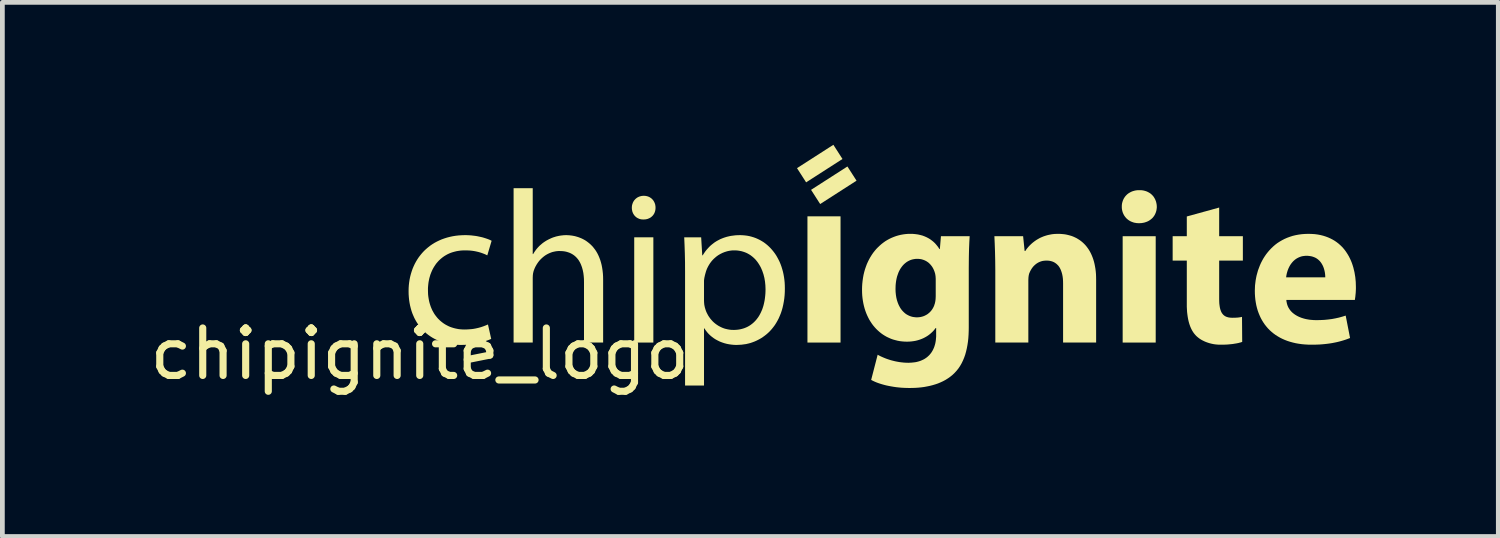
<source format=kicad_pcb>
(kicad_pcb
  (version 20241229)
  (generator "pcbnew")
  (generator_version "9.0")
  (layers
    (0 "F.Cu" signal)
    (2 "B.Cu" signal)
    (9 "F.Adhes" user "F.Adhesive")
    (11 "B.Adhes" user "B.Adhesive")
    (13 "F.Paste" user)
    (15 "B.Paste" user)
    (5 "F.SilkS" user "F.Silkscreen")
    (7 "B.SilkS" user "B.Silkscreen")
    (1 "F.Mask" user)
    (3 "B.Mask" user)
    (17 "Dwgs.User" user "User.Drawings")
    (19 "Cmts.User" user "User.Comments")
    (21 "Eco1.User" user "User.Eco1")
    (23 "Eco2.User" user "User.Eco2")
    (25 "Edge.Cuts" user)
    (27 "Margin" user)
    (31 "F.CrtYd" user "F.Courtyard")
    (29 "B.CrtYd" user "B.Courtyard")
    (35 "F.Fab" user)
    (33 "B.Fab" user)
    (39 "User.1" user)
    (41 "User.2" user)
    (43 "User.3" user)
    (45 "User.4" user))
  (footprint "chipignite_logo"
    (layer "F.Cu")
    (at 5.792 4.904)
    (property "Reference" "chipignite_logo" (at 0 -0.5 0) (unlocked yes) (layer "F.SilkS") (effects (font (size 1 1) (thickness 0.15))))
    (attr board_only exclude_from_pos_files exclude_from_bom allow_missing_courtyard)
    (fp_poly (pts (xy 4.921 -0.738) (xy 4.518 -0.738) (xy 4.518 -2.955) (xy 4.921 -2.955)) (stroke (width -0.000001) (type solid)) (fill yes) (layer "F.SilkS"))
    (fp_poly (pts (xy 8.864 -0.738) (xy 8.167 -0.738) (xy 8.167 -3.397) (xy 8.864 -3.397)) (stroke (width -0.000001) (type solid)) (fill yes) (layer "F.SilkS"))
    (fp_poly (pts (xy 8.905 -4.605) (xy 8.139 -4.113) (xy 7.947 -4.412) (xy 8.713 -4.904)) (stroke (width -0.000001) (type solid)) (fill yes) (layer "F.SilkS"))
    (fp_poly (pts (xy 9.201 -4.148) (xy 8.435 -3.656) (xy 8.243 -3.955) (xy 9.009 -4.447)) (stroke (width -0.000001) (type solid)) (fill yes) (layer "F.SilkS"))
    (fp_poly (pts (xy 15.503 -0.738) (xy 14.807 -0.738) (xy 14.807 -2.978) (xy 15.503 -2.978)) (stroke (width -0.000001) (type solid)) (fill yes) (layer "F.SilkS"))
    (fp_poly (pts (xy 16.84 -2.978) (xy 17.339 -2.978) (xy 17.339 -2.465) (xy 16.84 -2.465) (xy 16.84 -1.654) (xy 16.841 -1.605) (xy 16.843 -1.56) (xy 16.848 -1.518) (xy 16.854 -1.479) (xy 16.862 -1.443) (xy 16.873 -1.411) (xy 16.879 -1.396) (xy 16.885 -1.382) (xy 16.892 -1.369) (xy 16.9 -1.356) (xy 16.909 -1.344) (xy 16.918 -1.333) (xy 16.927 -1.323) (xy 16.937 -1.314) (xy 16.948 -1.305) (xy 16.96 -1.297) (xy 16.972 -1.29) (xy 16.985 -1.284) (xy 16.999 -1.278) (xy 17.013 -1.274) (xy 17.028 -1.27) (xy 17.044 -1.266) (xy 17.061 -1.264) (xy 17.078 -1.262) (xy 17.115 -1.26) (xy 17.149 -1.261) (xy 17.179 -1.261) (xy 17.205 -1.263) (xy 17.23 -1.264) (xy 17.253 -1.267) (xy 17.275 -1.27) (xy 17.298 -1.274) (xy 17.321 -1.279) (xy 17.325 -0.752) (xy 17.308 -0.746) (xy 17.289 -0.74) (xy 17.268 -0.735) (xy 17.246 -0.729) (xy 17.222 -0.724) (xy 17.196 -0.719) (xy 17.169 -0.715) (xy 17.141 -0.71) (xy 17.111 -0.706) (xy 17.08 -0.703) (xy 17.049 -0.7) (xy 17.016 -0.697) (xy 16.982 -0.695) (xy 16.948 -0.694) (xy 16.913 -0.693) (xy 16.877 -0.693) (xy 16.835 -0.693) (xy 16.794 -0.696) (xy 16.755 -0.7) (xy 16.716 -0.706) (xy 16.678 -0.714) (xy 16.642 -0.723) (xy 16.606 -0.734) (xy 16.572 -0.746) (xy 16.539 -0.759) (xy 16.508 -0.774) (xy 16.478 -0.789) (xy 16.449 -0.806) (xy 16.422 -0.824) (xy 16.396 -0.844) (xy 16.372 -0.864) (xy 16.35 -0.885) (xy 16.327 -0.911) (xy 16.305 -0.938) (xy 16.285 -0.968) (xy 16.266 -1) (xy 16.249 -1.034) (xy 16.233 -1.07) (xy 16.219 -1.108) (xy 16.206 -1.148) (xy 16.195 -1.19) (xy 16.185 -1.235) (xy 16.177 -1.282) (xy 16.17 -1.331) (xy 16.164 -1.382) (xy 16.161 -1.435) (xy 16.158 -1.491) (xy 16.158 -1.549) (xy 16.158 -2.465) (xy 15.86 -2.465) (xy 15.86 -2.978) (xy 16.158 -2.978) (xy 16.158 -3.394) (xy 16.84 -3.582)) (stroke (width -0.000001) (type solid)) (fill yes) (layer "F.SilkS"))
    (fp_poly (pts (xy 4.733 -3.829) (xy 4.746 -3.828) (xy 4.759 -3.827) (xy 4.772 -3.824) (xy 4.785 -3.822) (xy 4.797 -3.818) (xy 4.809 -3.815) (xy 4.82 -3.81) (xy 4.831 -3.805) (xy 4.842 -3.8) (xy 4.852 -3.794) (xy 4.862 -3.787) (xy 4.872 -3.78) (xy 4.881 -3.773) (xy 4.89 -3.765) (xy 4.898 -3.757) (xy 4.906 -3.748) (xy 4.914 -3.739) (xy 4.921 -3.73) (xy 4.927 -3.72) (xy 4.933 -3.71) (xy 4.939 -3.699) (xy 4.944 -3.688) (xy 4.949 -3.677) (xy 4.953 -3.665) (xy 4.957 -3.654) (xy 4.96 -3.642) (xy 4.962 -3.629) (xy 4.964 -3.617) (xy 4.966 -3.604) (xy 4.966 -3.591) (xy 4.967 -3.578) (xy 4.966 -3.565) (xy 4.966 -3.552) (xy 4.964 -3.54) (xy 4.962 -3.528) (xy 4.96 -3.516) (xy 4.957 -3.504) (xy 4.953 -3.492) (xy 4.949 -3.481) (xy 4.945 -3.47) (xy 4.94 -3.459) (xy 4.934 -3.449) (xy 4.928 -3.439) (xy 4.921 -3.429) (xy 4.914 -3.42) (xy 4.907 -3.411) (xy 4.899 -3.403) (xy 4.89 -3.394) (xy 4.881 -3.387) (xy 4.872 -3.379) (xy 4.862 -3.372) (xy 4.852 -3.366) (xy 4.841 -3.36) (xy 4.83 -3.355) (xy 4.818 -3.35) (xy 4.806 -3.345) (xy 4.794 -3.341) (xy 4.781 -3.338) (xy 4.767 -3.335) (xy 4.754 -3.333) (xy 4.74 -3.332) (xy 4.725 -3.331) (xy 4.71 -3.33) (xy 4.697 -3.331) (xy 4.683 -3.332) (xy 4.67 -3.333) (xy 4.658 -3.335) (xy 4.645 -3.338) (xy 4.633 -3.341) (xy 4.622 -3.345) (xy 4.611 -3.35) (xy 4.6 -3.355) (xy 4.589 -3.36) (xy 4.579 -3.366) (xy 4.569 -3.372) (xy 4.56 -3.379) (xy 4.551 -3.387) (xy 4.542 -3.394) (xy 4.534 -3.402) (xy 4.526 -3.411) (xy 4.519 -3.42) (xy 4.512 -3.429) (xy 4.506 -3.439) (xy 4.5 -3.449) (xy 4.494 -3.459) (xy 4.489 -3.47) (xy 4.485 -3.481) (xy 4.481 -3.492) (xy 4.477 -3.504) (xy 4.475 -3.516) (xy 4.472 -3.528) (xy 4.47 -3.54) (xy 4.469 -3.552) (xy 4.468 -3.565) (xy 4.468 -3.578) (xy 4.468 -3.591) (xy 4.469 -3.603) (xy 4.47 -3.616) (xy 4.472 -3.628) (xy 4.475 -3.64) (xy 4.478 -3.652) (xy 4.482 -3.664) (xy 4.486 -3.675) (xy 4.49 -3.686) (xy 4.496 -3.697) (xy 4.501 -3.707) (xy 4.507 -3.718) (xy 4.514 -3.728) (xy 4.521 -3.737) (xy 4.529 -3.746) (xy 4.537 -3.755) (xy 4.545 -3.763) (xy 4.554 -3.771) (xy 4.564 -3.779) (xy 4.573 -3.786) (xy 4.584 -3.793) (xy 4.594 -3.799) (xy 4.605 -3.804) (xy 4.616 -3.809) (xy 4.628 -3.814) (xy 4.64 -3.818) (xy 4.653 -3.821) (xy 4.665 -3.824) (xy 4.678 -3.827) (xy 4.692 -3.828) (xy 4.706 -3.829) (xy 4.72 -3.829)) (stroke (width -0.000001) (type solid)) (fill yes) (layer "F.SilkS"))
    (fp_poly (pts (xy 15.18 -3.948) (xy 15.201 -3.947) (xy 15.22 -3.945) (xy 15.24 -3.942) (xy 15.258 -3.938) (xy 15.276 -3.933) (xy 15.294 -3.928) (xy 15.311 -3.922) (xy 15.327 -3.915) (xy 15.343 -3.907) (xy 15.358 -3.899) (xy 15.373 -3.89) (xy 15.387 -3.881) (xy 15.4 -3.871) (xy 15.413 -3.86) (xy 15.425 -3.848) (xy 15.437 -3.836) (xy 15.448 -3.824) (xy 15.458 -3.811) (xy 15.467 -3.797) (xy 15.476 -3.783) (xy 15.484 -3.768) (xy 15.492 -3.753) (xy 15.498 -3.738) (xy 15.504 -3.722) (xy 15.51 -3.706) (xy 15.514 -3.689) (xy 15.518 -3.672) (xy 15.521 -3.655) (xy 15.524 -3.637) (xy 15.525 -3.619) (xy 15.526 -3.6) (xy 15.526 -3.583) (xy 15.524 -3.565) (xy 15.522 -3.547) (xy 15.519 -3.53) (xy 15.516 -3.513) (xy 15.511 -3.497) (xy 15.506 -3.481) (xy 15.5 -3.465) (xy 15.493 -3.45) (xy 15.486 -3.435) (xy 15.478 -3.42) (xy 15.469 -3.406) (xy 15.459 -3.392) (xy 15.449 -3.379) (xy 15.438 -3.366) (xy 15.426 -3.354) (xy 15.413 -3.343) (xy 15.4 -3.332) (xy 15.386 -3.322) (xy 15.372 -3.312) (xy 15.357 -3.303) (xy 15.341 -3.294) (xy 15.325 -3.287) (xy 15.308 -3.28) (xy 15.29 -3.274) (xy 15.272 -3.268) (xy 15.253 -3.263) (xy 15.234 -3.26) (xy 15.214 -3.256) (xy 15.193 -3.254) (xy 15.172 -3.253) (xy 15.15 -3.252) (xy 15.13 -3.253) (xy 15.11 -3.254) (xy 15.091 -3.256) (xy 15.072 -3.26) (xy 15.053 -3.263) (xy 15.035 -3.268) (xy 15.018 -3.274) (xy 15.001 -3.28) (xy 14.985 -3.287) (xy 14.969 -3.294) (xy 14.954 -3.303) (xy 14.939 -3.312) (xy 14.925 -3.322) (xy 14.912 -3.332) (xy 14.899 -3.343) (xy 14.887 -3.354) (xy 14.876 -3.366) (xy 14.865 -3.379) (xy 14.855 -3.392) (xy 14.845 -3.406) (xy 14.836 -3.42) (xy 14.828 -3.435) (xy 14.821 -3.45) (xy 14.814 -3.465) (xy 14.808 -3.481) (xy 14.803 -3.497) (xy 14.799 -3.513) (xy 14.795 -3.53) (xy 14.792 -3.547) (xy 14.79 -3.565) (xy 14.789 -3.583) (xy 14.789 -3.6) (xy 14.789 -3.619) (xy 14.79 -3.637) (xy 14.792 -3.655) (xy 14.795 -3.672) (xy 14.799 -3.689) (xy 14.804 -3.706) (xy 14.809 -3.722) (xy 14.815 -3.738) (xy 14.822 -3.753) (xy 14.829 -3.768) (xy 14.838 -3.783) (xy 14.847 -3.797) (xy 14.857 -3.811) (xy 14.867 -3.824) (xy 14.878 -3.836) (xy 14.89 -3.848) (xy 14.902 -3.86) (xy 14.916 -3.871) (xy 14.929 -3.881) (xy 14.944 -3.89) (xy 14.959 -3.899) (xy 14.974 -3.907) (xy 14.99 -3.915) (xy 15.007 -3.922) (xy 15.024 -3.928) (xy 15.042 -3.933) (xy 15.06 -3.938) (xy 15.079 -3.942) (xy 15.099 -3.945) (xy 15.118 -3.947) (xy 15.139 -3.948) (xy 15.16 -3.948)) (stroke (width -0.000001) (type solid)) (fill yes) (layer "F.SilkS"))
    (fp_poly (pts (xy 2.38 -2.602) (xy 2.389 -2.602) (xy 2.401 -2.623) (xy 2.415 -2.645) (xy 2.429 -2.665) (xy 2.444 -2.686) (xy 2.459 -2.706) (xy 2.476 -2.726) (xy 2.493 -2.745) (xy 2.511 -2.764) (xy 2.529 -2.782) (xy 2.549 -2.799) (xy 2.569 -2.816) (xy 2.589 -2.833) (xy 2.61 -2.848) (xy 2.632 -2.863) (xy 2.654 -2.877) (xy 2.677 -2.891) (xy 2.7 -2.903) (xy 2.723 -2.915) (xy 2.747 -2.926) (xy 2.771 -2.937) (xy 2.795 -2.947) (xy 2.82 -2.956) (xy 2.846 -2.964) (xy 2.871 -2.972) (xy 2.898 -2.978) (xy 2.924 -2.984) (xy 2.951 -2.989) (xy 2.978 -2.993) (xy 3.006 -2.996) (xy 3.033 -2.999) (xy 3.061 -3) (xy 3.089 -3.001) (xy 3.147 -2.998) (xy 3.208 -2.991) (xy 3.271 -2.979) (xy 3.336 -2.96) (xy 3.368 -2.948) (xy 3.401 -2.935) (xy 3.433 -2.92) (xy 3.465 -2.903) (xy 3.497 -2.884) (xy 3.528 -2.862) (xy 3.558 -2.839) (xy 3.588 -2.814) (xy 3.617 -2.786) (xy 3.645 -2.757) (xy 3.671 -2.724) (xy 3.697 -2.69) (xy 3.721 -2.653) (xy 3.744 -2.613) (xy 3.765 -2.57) (xy 3.784 -2.525) (xy 3.802 -2.477) (xy 3.817 -2.427) (xy 3.831 -2.373) (xy 3.842 -2.316) (xy 3.851 -2.256) (xy 3.858 -2.193) (xy 3.862 -2.127) (xy 3.863 -2.057) (xy 3.863 -0.738) (xy 3.46 -0.738) (xy 3.46 -2.011) (xy 3.459 -2.078) (xy 3.454 -2.142) (xy 3.446 -2.205) (xy 3.434 -2.264) (xy 3.418 -2.322) (xy 3.398 -2.376) (xy 3.387 -2.401) (xy 3.375 -2.426) (xy 3.361 -2.45) (xy 3.347 -2.473) (xy 3.331 -2.495) (xy 3.314 -2.515) (xy 3.296 -2.535) (xy 3.277 -2.553) (xy 3.257 -2.57) (xy 3.235 -2.586) (xy 3.212 -2.601) (xy 3.188 -2.614) (xy 3.163 -2.626) (xy 3.136 -2.636) (xy 3.108 -2.645) (xy 3.079 -2.653) (xy 3.048 -2.659) (xy 3.016 -2.663) (xy 2.982 -2.665) (xy 2.948 -2.666) (xy 2.923 -2.666) (xy 2.899 -2.664) (xy 2.876 -2.662) (xy 2.853 -2.658) (xy 2.83 -2.653) (xy 2.807 -2.648) (xy 2.785 -2.642) (xy 2.764 -2.634) (xy 2.743 -2.626) (xy 2.722 -2.617) (xy 2.682 -2.597) (xy 2.644 -2.574) (xy 2.609 -2.548) (xy 2.575 -2.519) (xy 2.544 -2.489) (xy 2.514 -2.456) (xy 2.488 -2.421) (xy 2.464 -2.385) (xy 2.442 -2.347) (xy 2.423 -2.308) (xy 2.407 -2.268) (xy 2.403 -2.257) (xy 2.399 -2.246) (xy 2.396 -2.234) (xy 2.393 -2.223) (xy 2.391 -2.212) (xy 2.388 -2.2) (xy 2.386 -2.189) (xy 2.385 -2.177) (xy 2.383 -2.165) (xy 2.382 -2.153) (xy 2.381 -2.128) (xy 2.38 -2.102) (xy 2.38 -2.076) (xy 2.38 -0.738) (xy 1.977 -0.738) (xy 1.977 -3.99) (xy 2.38 -3.99)) (stroke (width -0.000001) (type solid)) (fill yes) (layer "F.SilkS"))
    (fp_poly (pts (xy 13.49 -3.027) (xy 13.532 -3.024) (xy 13.573 -3.02) (xy 13.613 -3.014) (xy 13.652 -3.005) (xy 13.691 -2.995) (xy 13.729 -2.984) (xy 13.766 -2.97) (xy 13.801 -2.954) (xy 13.836 -2.937) (xy 13.869 -2.917) (xy 13.902 -2.896) (xy 13.933 -2.873) (xy 13.963 -2.848) (xy 13.992 -2.821) (xy 14.02 -2.792) (xy 14.046 -2.761) (xy 14.07 -2.729) (xy 14.094 -2.694) (xy 14.116 -2.657) (xy 14.136 -2.619) (xy 14.155 -2.578) (xy 14.172 -2.536) (xy 14.188 -2.491) (xy 14.202 -2.444) (xy 14.214 -2.396) (xy 14.224 -2.345) (xy 14.233 -2.293) (xy 14.24 -2.238) (xy 14.245 -2.181) (xy 14.247 -2.123) (xy 14.248 -2.062) (xy 14.248 -0.738) (xy 13.552 -0.738) (xy 13.552 -1.979) (xy 13.551 -2.032) (xy 13.548 -2.083) (xy 13.542 -2.131) (xy 13.533 -2.177) (xy 13.521 -2.22) (xy 13.507 -2.26) (xy 13.499 -2.279) (xy 13.49 -2.297) (xy 13.481 -2.314) (xy 13.471 -2.33) (xy 13.46 -2.346) (xy 13.448 -2.361) (xy 13.435 -2.374) (xy 13.422 -2.387) (xy 13.408 -2.399) (xy 13.393 -2.41) (xy 13.378 -2.42) (xy 13.361 -2.43) (xy 13.344 -2.438) (xy 13.326 -2.445) (xy 13.307 -2.451) (xy 13.287 -2.456) (xy 13.267 -2.46) (xy 13.245 -2.463) (xy 13.223 -2.464) (xy 13.2 -2.465) (xy 13.182 -2.464) (xy 13.165 -2.463) (xy 13.148 -2.461) (xy 13.131 -2.459) (xy 13.115 -2.456) (xy 13.1 -2.452) (xy 13.085 -2.447) (xy 13.07 -2.442) (xy 13.056 -2.436) (xy 13.042 -2.43) (xy 13.029 -2.423) (xy 13.016 -2.416) (xy 12.991 -2.4) (xy 12.968 -2.382) (xy 12.947 -2.363) (xy 12.927 -2.343) (xy 12.909 -2.321) (xy 12.893 -2.299) (xy 12.878 -2.275) (xy 12.865 -2.252) (xy 12.853 -2.228) (xy 12.843 -2.204) (xy 12.839 -2.195) (xy 12.836 -2.186) (xy 12.834 -2.176) (xy 12.831 -2.166) (xy 12.829 -2.156) (xy 12.827 -2.145) (xy 12.826 -2.135) (xy 12.824 -2.124) (xy 12.822 -2.101) (xy 12.821 -2.078) (xy 12.82 -2.054) (xy 12.82 -2.03) (xy 12.82 -0.738) (xy 12.124 -0.738) (xy 12.124 -2.263) (xy 12.122 -2.464) (xy 12.118 -2.65) (xy 12.112 -2.82) (xy 12.105 -2.978) (xy 12.71 -2.978) (xy 12.742 -2.666) (xy 12.756 -2.666) (xy 12.774 -2.695) (xy 12.796 -2.724) (xy 12.821 -2.754) (xy 12.85 -2.785) (xy 12.881 -2.815) (xy 12.916 -2.845) (xy 12.954 -2.874) (xy 12.974 -2.888) (xy 12.995 -2.902) (xy 13.017 -2.915) (xy 13.04 -2.928) (xy 13.063 -2.941) (xy 13.087 -2.952) (xy 13.113 -2.963) (xy 13.139 -2.974) (xy 13.166 -2.983) (xy 13.194 -2.992) (xy 13.222 -3) (xy 13.252 -3.007) (xy 13.282 -3.013) (xy 13.313 -3.019) (xy 13.345 -3.023) (xy 13.378 -3.026) (xy 13.412 -3.027) (xy 13.447 -3.028)) (stroke (width -0.000001) (type solid)) (fill yes) (layer "F.SilkS"))
    (fp_poly (pts (xy 1 -3) (xy 1.044 -2.998) (xy 1.086 -2.995) (xy 1.128 -2.99) (xy 1.169 -2.985) (xy 1.208 -2.979) (xy 1.246 -2.971) (xy 1.283 -2.963) (xy 1.318 -2.955) (xy 1.352 -2.945) (xy 1.384 -2.935) (xy 1.414 -2.925) (xy 1.442 -2.915) (xy 1.469 -2.904) (xy 1.493 -2.893) (xy 1.514 -2.882) (xy 1.423 -2.575) (xy 1.404 -2.584) (xy 1.384 -2.594) (xy 1.363 -2.603) (xy 1.34 -2.612) (xy 1.316 -2.621) (xy 1.291 -2.63) (xy 1.264 -2.638) (xy 1.236 -2.646) (xy 1.206 -2.653) (xy 1.175 -2.66) (xy 1.142 -2.666) (xy 1.108 -2.671) (xy 1.072 -2.675) (xy 1.035 -2.678) (xy 0.996 -2.679) (xy 0.956 -2.68) (xy 0.909 -2.679) (xy 0.863 -2.676) (xy 0.819 -2.67) (xy 0.776 -2.663) (xy 0.735 -2.653) (xy 0.695 -2.642) (xy 0.656 -2.629) (xy 0.619 -2.614) (xy 0.583 -2.597) (xy 0.549 -2.578) (xy 0.516 -2.558) (xy 0.485 -2.536) (xy 0.455 -2.512) (xy 0.426 -2.487) (xy 0.399 -2.461) (xy 0.374 -2.433) (xy 0.349 -2.404) (xy 0.327 -2.373) (xy 0.306 -2.341) (xy 0.286 -2.308) (xy 0.268 -2.274) (xy 0.252 -2.239) (xy 0.237 -2.203) (xy 0.223 -2.166) (xy 0.212 -2.128) (xy 0.201 -2.089) (xy 0.193 -2.05) (xy 0.185 -2.009) (xy 0.18 -1.968) (xy 0.176 -1.927) (xy 0.173 -1.885) (xy 0.173 -1.842) (xy 0.174 -1.794) (xy 0.176 -1.748) (xy 0.181 -1.703) (xy 0.188 -1.659) (xy 0.196 -1.616) (xy 0.206 -1.575) (xy 0.218 -1.535) (xy 0.231 -1.496) (xy 0.246 -1.459) (xy 0.262 -1.422) (xy 0.281 -1.388) (xy 0.3 -1.354) (xy 0.321 -1.322) (xy 0.344 -1.292) (xy 0.367 -1.263) (xy 0.392 -1.235) (xy 0.419 -1.209) (xy 0.446 -1.185) (xy 0.475 -1.162) (xy 0.505 -1.14) (xy 0.536 -1.12) (xy 0.569 -1.102) (xy 0.602 -1.085) (xy 0.636 -1.07) (xy 0.672 -1.057) (xy 0.708 -1.046) (xy 0.745 -1.036) (xy 0.783 -1.028) (xy 0.821 -1.021) (xy 0.861 -1.017) (xy 0.901 -1.014) (xy 0.942 -1.013) (xy 0.984 -1.014) (xy 1.024 -1.016) (xy 1.063 -1.019) (xy 1.1 -1.022) (xy 1.135 -1.027) (xy 1.169 -1.033) (xy 1.201 -1.04) (xy 1.232 -1.047) (xy 1.262 -1.055) (xy 1.29 -1.063) (xy 1.343 -1.081) (xy 1.392 -1.1) (xy 1.437 -1.119) (xy 1.505 -0.816) (xy 1.484 -0.806) (xy 1.46 -0.796) (xy 1.433 -0.786) (xy 1.403 -0.775) (xy 1.371 -0.764) (xy 1.336 -0.753) (xy 1.299 -0.743) (xy 1.259 -0.733) (xy 1.217 -0.724) (xy 1.173 -0.715) (xy 1.127 -0.708) (xy 1.079 -0.701) (xy 1.029 -0.695) (xy 0.977 -0.691) (xy 0.924 -0.689) (xy 0.869 -0.688) (xy 0.807 -0.689) (xy 0.746 -0.693) (xy 0.687 -0.7) (xy 0.629 -0.709) (xy 0.573 -0.72) (xy 0.519 -0.734) (xy 0.466 -0.751) (xy 0.414 -0.769) (xy 0.364 -0.79) (xy 0.316 -0.814) (xy 0.27 -0.839) (xy 0.226 -0.867) (xy 0.183 -0.897) (xy 0.142 -0.929) (xy 0.103 -0.963) (xy 0.066 -0.999) (xy 0.031 -1.037) (xy -0.002 -1.077) (xy -0.033 -1.119) (xy -0.062 -1.163) (xy -0.089 -1.209) (xy -0.114 -1.256) (xy -0.136 -1.306) (xy -0.157 -1.356) (xy -0.175 -1.409) (xy -0.19 -1.463) (xy -0.204 -1.519) (xy -0.215 -1.576) (xy -0.224 -1.635) (xy -0.23 -1.695) (xy -0.234 -1.756) (xy -0.235 -1.819) (xy -0.234 -1.883) (xy -0.23 -1.945) (xy -0.223 -2.006) (xy -0.214 -2.066) (xy -0.202 -2.124) (xy -0.187 -2.182) (xy -0.17 -2.237) (xy -0.151 -2.292) (xy -0.129 -2.344) (xy -0.105 -2.395) (xy -0.078 -2.445) (xy -0.049 -2.493) (xy -0.018 -2.539) (xy 0.016 -2.583) (xy 0.051 -2.625) (xy 0.089 -2.666) (xy 0.129 -2.704) (xy 0.171 -2.74) (xy 0.215 -2.775) (xy 0.261 -2.807) (xy 0.309 -2.837) (xy 0.359 -2.864) (xy 0.411 -2.889) (xy 0.464 -2.912) (xy 0.52 -2.932) (xy 0.577 -2.95) (xy 0.636 -2.965) (xy 0.697 -2.978) (xy 0.759 -2.988) (xy 0.823 -2.995) (xy 0.889 -2.999) (xy 0.956 -3.001)) (stroke (width -0.000001) (type solid)) (fill yes) (layer "F.SilkS"))
    (fp_poly (pts (xy 18.789 -3.026) (xy 18.853 -3.022) (xy 18.914 -3.014) (xy 18.973 -3.003) (xy 19.029 -2.989) (xy 19.083 -2.972) (xy 19.134 -2.953) (xy 19.183 -2.931) (xy 19.23 -2.907) (xy 19.274 -2.881) (xy 19.316 -2.852) (xy 19.356 -2.821) (xy 19.393 -2.788) (xy 19.429 -2.753) (xy 19.462 -2.716) (xy 19.493 -2.677) (xy 19.521 -2.637) (xy 19.548 -2.595) (xy 19.573 -2.552) (xy 19.595 -2.508) (xy 19.616 -2.462) (xy 19.635 -2.415) (xy 19.651 -2.368) (xy 19.666 -2.319) (xy 19.69 -2.22) (xy 19.707 -2.118) (xy 19.717 -2.015) (xy 19.72 -1.911) (xy 19.72 -1.867) (xy 19.718 -1.825) (xy 19.716 -1.785) (xy 19.712 -1.747) (xy 19.709 -1.713) (xy 19.705 -1.683) (xy 19.701 -1.657) (xy 19.698 -1.636) (xy 18.255 -1.636) (xy 18.257 -1.609) (xy 18.262 -1.584) (xy 18.267 -1.559) (xy 18.274 -1.535) (xy 18.282 -1.512) (xy 18.292 -1.489) (xy 18.303 -1.468) (xy 18.316 -1.448) (xy 18.329 -1.428) (xy 18.344 -1.409) (xy 18.36 -1.391) (xy 18.377 -1.374) (xy 18.395 -1.358) (xy 18.415 -1.343) (xy 18.435 -1.328) (xy 18.456 -1.315) (xy 18.478 -1.302) (xy 18.501 -1.29) (xy 18.524 -1.279) (xy 18.549 -1.269) (xy 18.574 -1.259) (xy 18.6 -1.251) (xy 18.626 -1.243) (xy 18.654 -1.236) (xy 18.681 -1.23) (xy 18.709 -1.225) (xy 18.738 -1.22) (xy 18.767 -1.217) (xy 18.826 -1.212) (xy 18.887 -1.21) (xy 18.974 -1.212) (xy 19.058 -1.216) (xy 19.138 -1.224) (xy 19.215 -1.234) (xy 19.29 -1.248) (xy 19.363 -1.264) (xy 19.435 -1.284) (xy 19.505 -1.306) (xy 19.597 -0.834) (xy 19.553 -0.817) (xy 19.509 -0.801) (xy 19.463 -0.786) (xy 19.416 -0.772) (xy 19.368 -0.759) (xy 19.319 -0.747) (xy 19.27 -0.737) (xy 19.219 -0.727) (xy 19.168 -0.719) (xy 19.115 -0.712) (xy 19.062 -0.706) (xy 19.008 -0.701) (xy 18.954 -0.697) (xy 18.898 -0.695) (xy 18.843 -0.693) (xy 18.786 -0.693) (xy 18.716 -0.694) (xy 18.647 -0.698) (xy 18.581 -0.704) (xy 18.517 -0.713) (xy 18.454 -0.724) (xy 18.394 -0.738) (xy 18.335 -0.754) (xy 18.279 -0.772) (xy 18.224 -0.793) (xy 18.172 -0.816) (xy 18.122 -0.841) (xy 18.074 -0.869) (xy 18.028 -0.898) (xy 17.984 -0.93) (xy 17.943 -0.964) (xy 17.903 -1) (xy 17.866 -1.038) (xy 17.832 -1.078) (xy 17.799 -1.12) (xy 17.769 -1.164) (xy 17.741 -1.21) (xy 17.715 -1.258) (xy 17.692 -1.308) (xy 17.671 -1.359) (xy 17.652 -1.412) (xy 17.636 -1.467) (xy 17.622 -1.524) (xy 17.611 -1.583) (xy 17.602 -1.643) (xy 17.596 -1.704) (xy 17.592 -1.768) (xy 17.591 -1.833) (xy 17.595 -1.94) (xy 17.608 -2.047) (xy 17.62 -2.112) (xy 18.25 -2.112) (xy 19.075 -2.112) (xy 19.074 -2.145) (xy 19.071 -2.18) (xy 19.066 -2.217) (xy 19.058 -2.255) (xy 19.048 -2.292) (xy 19.035 -2.33) (xy 19.018 -2.367) (xy 19.008 -2.385) (xy 18.998 -2.402) (xy 18.987 -2.419) (xy 18.974 -2.436) (xy 18.961 -2.452) (xy 18.946 -2.467) (xy 18.931 -2.481) (xy 18.914 -2.495) (xy 18.897 -2.507) (xy 18.878 -2.519) (xy 18.858 -2.529) (xy 18.836 -2.538) (xy 18.814 -2.546) (xy 18.79 -2.553) (xy 18.765 -2.558) (xy 18.738 -2.562) (xy 18.71 -2.565) (xy 18.681 -2.566) (xy 18.654 -2.565) (xy 18.628 -2.562) (xy 18.603 -2.559) (xy 18.579 -2.554) (xy 18.556 -2.547) (xy 18.534 -2.539) (xy 18.513 -2.53) (xy 18.493 -2.52) (xy 18.473 -2.509) (xy 18.455 -2.497) (xy 18.437 -2.484) (xy 18.421 -2.47) (xy 18.405 -2.456) (xy 18.39 -2.44) (xy 18.376 -2.424) (xy 18.363 -2.408) (xy 18.35 -2.39) (xy 18.338 -2.373) (xy 18.328 -2.355) (xy 18.317 -2.336) (xy 18.299 -2.298) (xy 18.284 -2.26) (xy 18.272 -2.222) (xy 18.262 -2.184) (xy 18.255 -2.147) (xy 18.25 -2.112) (xy 17.62 -2.112) (xy 17.629 -2.154) (xy 17.658 -2.259) (xy 17.697 -2.362) (xy 17.719 -2.412) (xy 17.744 -2.461) (xy 17.77 -2.508) (xy 17.8 -2.555) (xy 17.831 -2.6) (xy 17.865 -2.643) (xy 17.901 -2.685) (xy 17.939 -2.725) (xy 17.979 -2.763) (xy 18.022 -2.8) (xy 18.067 -2.834) (xy 18.115 -2.865) (xy 18.165 -2.894) (xy 18.217 -2.921) (xy 18.272 -2.945) (xy 18.329 -2.966) (xy 18.388 -2.985) (xy 18.45 -3) (xy 18.514 -3.012) (xy 18.581 -3.021) (xy 18.65 -3.026) (xy 18.722 -3.028)) (stroke (width -0.000001) (type solid)) (fill yes) (layer "F.SilkS"))
    (fp_poly (pts (xy 6.798 -2.999) (xy 6.848 -2.995) (xy 6.896 -2.989) (xy 6.944 -2.98) (xy 6.99 -2.968) (xy 7.036 -2.954) (xy 7.08 -2.938) (xy 7.123 -2.919) (xy 7.166 -2.898) (xy 7.206 -2.875) (xy 7.246 -2.85) (xy 7.284 -2.822) (xy 7.321 -2.792) (xy 7.356 -2.76) (xy 7.39 -2.726) (xy 7.422 -2.69) (xy 7.453 -2.652) (xy 7.482 -2.613) (xy 7.51 -2.571) (xy 7.535 -2.527) (xy 7.559 -2.482) (xy 7.582 -2.435) (xy 7.602 -2.386) (xy 7.62 -2.336) (xy 7.636 -2.284) (xy 7.651 -2.23) (xy 7.663 -2.175) (xy 7.673 -2.119) (xy 7.681 -2.061) (xy 7.687 -2.001) (xy 7.69 -1.941) (xy 7.691 -1.879) (xy 7.69 -1.805) (xy 7.686 -1.734) (xy 7.679 -1.665) (xy 7.669 -1.599) (xy 7.657 -1.535) (xy 7.643 -1.473) (xy 7.626 -1.413) (xy 7.607 -1.356) (xy 7.585 -1.302) (xy 7.562 -1.249) (xy 7.536 -1.199) (xy 7.509 -1.152) (xy 7.48 -1.106) (xy 7.448 -1.063) (xy 7.416 -1.023) (xy 7.381 -0.984) (xy 7.345 -0.948) (xy 7.308 -0.915) (xy 7.269 -0.884) (xy 7.229 -0.855) (xy 7.188 -0.828) (xy 7.145 -0.804) (xy 7.102 -0.782) (xy 7.058 -0.762) (xy 7.013 -0.745) (xy 6.967 -0.729) (xy 6.92 -0.717) (xy 6.873 -0.706) (xy 6.777 -0.693) (xy 6.679 -0.688) (xy 6.625 -0.689) (xy 6.571 -0.694) (xy 6.519 -0.701) (xy 6.468 -0.711) (xy 6.418 -0.724) (xy 6.37 -0.74) (xy 6.323 -0.758) (xy 6.278 -0.78) (xy 6.235 -0.803) (xy 6.194 -0.829) (xy 6.155 -0.858) (xy 6.118 -0.889) (xy 6.084 -0.922) (xy 6.052 -0.958) (xy 6.023 -0.996) (xy 5.997 -1.036) (xy 5.988 -1.036) (xy 5.988 0.168) (xy 5.589 0.168) (xy 5.589 -2.025) (xy 5.988 -2.025) (xy 5.988 -1.64) (xy 5.988 -1.618) (xy 5.989 -1.597) (xy 5.99 -1.575) (xy 5.992 -1.555) (xy 5.994 -1.534) (xy 5.998 -1.514) (xy 6.002 -1.495) (xy 6.006 -1.476) (xy 6.014 -1.45) (xy 6.022 -1.424) (xy 6.031 -1.399) (xy 6.041 -1.375) (xy 6.053 -1.351) (xy 6.065 -1.328) (xy 6.077 -1.306) (xy 6.091 -1.284) (xy 6.106 -1.263) (xy 6.121 -1.242) (xy 6.137 -1.223) (xy 6.154 -1.204) (xy 6.171 -1.185) (xy 6.189 -1.168) (xy 6.208 -1.151) (xy 6.228 -1.135) (xy 6.248 -1.12) (xy 6.269 -1.106) (xy 6.29 -1.092) (xy 6.312 -1.08) (xy 6.335 -1.068) (xy 6.358 -1.057) (xy 6.381 -1.047) (xy 6.405 -1.038) (xy 6.429 -1.03) (xy 6.454 -1.024) (xy 6.479 -1.018) (xy 6.505 -1.013) (xy 6.531 -1.009) (xy 6.557 -1.006) (xy 6.584 -1.005) (xy 6.611 -1.004) (xy 6.65 -1.005) (xy 6.689 -1.008) (xy 6.726 -1.013) (xy 6.762 -1.02) (xy 6.797 -1.029) (xy 6.831 -1.039) (xy 6.864 -1.052) (xy 6.896 -1.066) (xy 6.926 -1.082) (xy 6.956 -1.1) (xy 6.984 -1.12) (xy 7.011 -1.141) (xy 7.037 -1.164) (xy 7.061 -1.188) (xy 7.085 -1.214) (xy 7.107 -1.242) (xy 7.128 -1.27) (xy 7.148 -1.301) (xy 7.166 -1.333) (xy 7.183 -1.366) (xy 7.199 -1.401) (xy 7.214 -1.436) (xy 7.227 -1.474) (xy 7.239 -1.512) (xy 7.249 -1.552) (xy 7.258 -1.593) (xy 7.266 -1.635) (xy 7.272 -1.678) (xy 7.277 -1.722) (xy 7.281 -1.767) (xy 7.283 -1.813) (xy 7.284 -1.86) (xy 7.281 -1.942) (xy 7.273 -2.022) (xy 7.26 -2.099) (xy 7.241 -2.174) (xy 7.217 -2.245) (xy 7.188 -2.313) (xy 7.171 -2.345) (xy 7.153 -2.376) (xy 7.134 -2.406) (xy 7.114 -2.435) (xy 7.092 -2.463) (xy 7.07 -2.489) (xy 7.046 -2.513) (xy 7.02 -2.537) (xy 6.994 -2.558) (xy 6.966 -2.579) (xy 6.937 -2.597) (xy 6.907 -2.614) (xy 6.876 -2.629) (xy 6.843 -2.642) (xy 6.81 -2.653) (xy 6.775 -2.663) (xy 6.739 -2.67) (xy 6.702 -2.676) (xy 6.664 -2.679) (xy 6.624 -2.68) (xy 6.599 -2.68) (xy 6.573 -2.678) (xy 6.548 -2.675) (xy 6.522 -2.671) (xy 6.497 -2.666) (xy 6.472 -2.66) (xy 6.424 -2.645) (xy 6.376 -2.626) (xy 6.33 -2.603) (xy 6.286 -2.577) (xy 6.244 -2.546) (xy 6.205 -2.512) (xy 6.186 -2.494) (xy 6.168 -2.475) (xy 6.15 -2.455) (xy 6.134 -2.434) (xy 6.118 -2.413) (xy 6.103 -2.39) (xy 6.089 -2.367) (xy 6.075 -2.343) (xy 6.063 -2.319) (xy 6.051 -2.294) (xy 6.041 -2.268) (xy 6.031 -2.241) (xy 6.023 -2.213) (xy 6.015 -2.185) (xy 6.01 -2.166) (xy 6.005 -2.146) (xy 6.001 -2.126) (xy 5.996 -2.105) (xy 5.993 -2.085) (xy 5.99 -2.064) (xy 5.989 -2.054) (xy 5.988 -2.044) (xy 5.988 -2.035) (xy 5.988 -2.025) (xy 5.589 -2.025) (xy 5.589 -2.231) (xy 5.589 -2.231) (xy 5.588 -2.434) (xy 5.584 -2.621) (xy 5.578 -2.793) (xy 5.571 -2.955) (xy 5.928 -2.955) (xy 5.951 -2.575) (xy 5.96 -2.575) (xy 5.976 -2.6) (xy 5.992 -2.624) (xy 6.008 -2.648) (xy 6.025 -2.671) (xy 6.043 -2.693) (xy 6.062 -2.714) (xy 6.081 -2.735) (xy 6.1 -2.755) (xy 6.12 -2.775) (xy 6.141 -2.793) (xy 6.163 -2.811) (xy 6.185 -2.828) (xy 6.207 -2.845) (xy 6.23 -2.86) (xy 6.254 -2.875) (xy 6.279 -2.889) (xy 6.304 -2.902) (xy 6.329 -2.915) (xy 6.355 -2.926) (xy 6.382 -2.937) (xy 6.409 -2.947) (xy 6.437 -2.956) (xy 6.466 -2.965) (xy 6.495 -2.972) (xy 6.525 -2.979) (xy 6.555 -2.985) (xy 6.586 -2.989) (xy 6.617 -2.993) (xy 6.649 -2.997) (xy 6.681 -2.999) (xy 6.714 -3) (xy 6.748 -3.001)) (stroke (width -0.000001) (type solid)) (fill yes) (layer "F.SilkS"))
    (fp_poly (pts (xy 10.39 -3.027) (xy 10.443 -3.022) (xy 10.494 -3.015) (xy 10.543 -3.004) (xy 10.589 -2.992) (xy 10.632 -2.976) (xy 10.673 -2.958) (xy 10.712 -2.938) (xy 10.749 -2.916) (xy 10.783 -2.891) (xy 10.816 -2.865) (xy 10.846 -2.837) (xy 10.874 -2.807) (xy 10.9 -2.775) (xy 10.925 -2.742) (xy 10.947 -2.707) (xy 10.956 -2.707) (xy 10.979 -2.978) (xy 11.584 -2.978) (xy 11.577 -2.858) (xy 11.571 -2.714) (xy 11.569 -2.629) (xy 11.567 -2.534) (xy 11.566 -2.428) (xy 11.565 -2.309) (xy 11.565 -1.063) (xy 11.565 -1.063) (xy 11.564 -0.984) (xy 11.561 -0.906) (xy 11.556 -0.83) (xy 11.548 -0.756) (xy 11.537 -0.684) (xy 11.524 -0.615) (xy 11.508 -0.547) (xy 11.49 -0.482) (xy 11.468 -0.42) (xy 11.443 -0.36) (xy 11.415 -0.302) (xy 11.384 -0.248) (xy 11.349 -0.195) (xy 11.31 -0.146) (xy 11.268 -0.1) (xy 11.222 -0.056) (xy 11.175 -0.018) (xy 11.127 0.016) (xy 11.076 0.048) (xy 11.024 0.076) (xy 10.97 0.101) (xy 10.915 0.124) (xy 10.859 0.143) (xy 10.801 0.16) (xy 10.742 0.175) (xy 10.683 0.187) (xy 10.623 0.198) (xy 10.562 0.206) (xy 10.5 0.212) (xy 10.439 0.216) (xy 10.377 0.218) (xy 10.315 0.219) (xy 10.259 0.218) (xy 10.203 0.216) (xy 10.147 0.213) (xy 10.092 0.208) (xy 10.037 0.202) (xy 9.982 0.194) (xy 9.929 0.185) (xy 9.876 0.175) (xy 9.824 0.164) (xy 9.774 0.151) (xy 9.725 0.137) (xy 9.678 0.122) (xy 9.633 0.106) (xy 9.589 0.088) (xy 9.548 0.069) (xy 9.509 0.049) (xy 9.646 -0.482) (xy 9.674 -0.466) (xy 9.704 -0.451) (xy 9.736 -0.436) (xy 9.771 -0.421) (xy 9.807 -0.406) (xy 9.845 -0.392) (xy 9.884 -0.379) (xy 9.925 -0.366) (xy 9.968 -0.355) (xy 10.012 -0.344) (xy 10.057 -0.335) (xy 10.103 -0.327) (xy 10.15 -0.321) (xy 10.198 -0.316) (xy 10.247 -0.313) (xy 10.297 -0.312) (xy 10.358 -0.315) (xy 10.416 -0.321) (xy 10.445 -0.325) (xy 10.473 -0.331) (xy 10.5 -0.338) (xy 10.527 -0.346) (xy 10.553 -0.355) (xy 10.578 -0.366) (xy 10.602 -0.377) (xy 10.626 -0.389) (xy 10.648 -0.403) (xy 10.67 -0.418) (xy 10.691 -0.434) (xy 10.711 -0.452) (xy 10.73 -0.47) (xy 10.748 -0.49) (xy 10.765 -0.511) (xy 10.781 -0.533) (xy 10.796 -0.557) (xy 10.81 -0.582) (xy 10.822 -0.608) (xy 10.834 -0.635) (xy 10.844 -0.664) (xy 10.853 -0.694) (xy 10.861 -0.725) (xy 10.867 -0.758) (xy 10.872 -0.792) (xy 10.875 -0.828) (xy 10.878 -0.865) (xy 10.878 -0.903) (xy 10.878 -1.045) (xy 10.869 -1.045) (xy 10.843 -1.012) (xy 10.816 -0.98) (xy 10.786 -0.951) (xy 10.755 -0.923) (xy 10.722 -0.897) (xy 10.687 -0.873) (xy 10.651 -0.852) (xy 10.613 -0.832) (xy 10.574 -0.815) (xy 10.534 -0.8) (xy 10.492 -0.787) (xy 10.449 -0.776) (xy 10.404 -0.768) (xy 10.359 -0.762) (xy 10.312 -0.758) (xy 10.265 -0.757) (xy 10.213 -0.758) (xy 10.163 -0.762) (xy 10.113 -0.768) (xy 10.065 -0.777) (xy 10.018 -0.789) (xy 9.971 -0.802) (xy 9.926 -0.818) (xy 9.883 -0.837) (xy 9.84 -0.857) (xy 9.799 -0.88) (xy 9.759 -0.905) (xy 9.721 -0.932) (xy 9.684 -0.962) (xy 9.649 -0.993) (xy 9.615 -1.026) (xy 9.583 -1.061) (xy 9.552 -1.098) (xy 9.523 -1.137) (xy 9.496 -1.178) (xy 9.47 -1.22) (xy 9.447 -1.264) (xy 9.425 -1.31) (xy 9.405 -1.357) (xy 9.387 -1.406) (xy 9.371 -1.456) (xy 9.357 -1.508) (xy 9.345 -1.561) (xy 9.335 -1.616) (xy 9.327 -1.671) (xy 9.321 -1.729) (xy 9.318 -1.787) (xy 9.317 -1.847) (xy 9.317 -1.865) (xy 10.022 -1.865) (xy 10.024 -1.803) (xy 10.03 -1.743) (xy 10.039 -1.686) (xy 10.052 -1.631) (xy 10.069 -1.579) (xy 10.089 -1.53) (xy 10.113 -1.484) (xy 10.126 -1.462) (xy 10.14 -1.442) (xy 10.155 -1.422) (xy 10.171 -1.404) (xy 10.188 -1.386) (xy 10.205 -1.37) (xy 10.223 -1.354) (xy 10.242 -1.34) (xy 10.262 -1.327) (xy 10.283 -1.316) (xy 10.304 -1.305) (xy 10.326 -1.296) (xy 10.349 -1.288) (xy 10.373 -1.281) (xy 10.398 -1.276) (xy 10.423 -1.273) (xy 10.449 -1.27) (xy 10.475 -1.27) (xy 10.492 -1.27) (xy 10.509 -1.271) (xy 10.526 -1.273) (xy 10.542 -1.275) (xy 10.558 -1.278) (xy 10.574 -1.282) (xy 10.589 -1.286) (xy 10.604 -1.291) (xy 10.619 -1.296) (xy 10.633 -1.302) (xy 10.661 -1.316) (xy 10.688 -1.331) (xy 10.712 -1.349) (xy 10.736 -1.369) (xy 10.757 -1.39) (xy 10.777 -1.413) (xy 10.795 -1.438) (xy 10.811 -1.464) (xy 10.825 -1.491) (xy 10.837 -1.519) (xy 10.846 -1.549) (xy 10.85 -1.559) (xy 10.853 -1.57) (xy 10.855 -1.582) (xy 10.858 -1.593) (xy 10.86 -1.605) (xy 10.862 -1.617) (xy 10.865 -1.641) (xy 10.867 -1.666) (xy 10.868 -1.69) (xy 10.869 -1.714) (xy 10.869 -1.737) (xy 10.869 -2.066) (xy 10.869 -2.066) (xy 10.869 -2.082) (xy 10.868 -2.098) (xy 10.867 -2.114) (xy 10.866 -2.13) (xy 10.864 -2.147) (xy 10.861 -2.163) (xy 10.859 -2.179) (xy 10.855 -2.195) (xy 10.845 -2.228) (xy 10.833 -2.26) (xy 10.819 -2.291) (xy 10.803 -2.32) (xy 10.794 -2.334) (xy 10.785 -2.347) (xy 10.775 -2.36) (xy 10.765 -2.372) (xy 10.755 -2.384) (xy 10.744 -2.395) (xy 10.733 -2.406) (xy 10.721 -2.417) (xy 10.709 -2.427) (xy 10.696 -2.436) (xy 10.683 -2.444) (xy 10.67 -2.453) (xy 10.656 -2.46) (xy 10.642 -2.467) (xy 10.628 -2.473) (xy 10.613 -2.479) (xy 10.597 -2.484) (xy 10.582 -2.489) (xy 10.566 -2.493) (xy 10.549 -2.496) (xy 10.532 -2.498) (xy 10.515 -2.5) (xy 10.498 -2.501) (xy 10.48 -2.501) (xy 10.456 -2.501) (xy 10.433 -2.499) (xy 10.409 -2.495) (xy 10.387 -2.491) (xy 10.364 -2.485) (xy 10.342 -2.478) (xy 10.321 -2.469) (xy 10.3 -2.459) (xy 10.28 -2.448) (xy 10.26 -2.436) (xy 10.241 -2.422) (xy 10.222 -2.407) (xy 10.204 -2.391) (xy 10.187 -2.374) (xy 10.171 -2.356) (xy 10.155 -2.336) (xy 10.14 -2.315) (xy 10.125 -2.293) (xy 10.112 -2.27) (xy 10.099 -2.245) (xy 10.087 -2.22) (xy 10.077 -2.193) (xy 10.067 -2.165) (xy 10.057 -2.136) (xy 10.049 -2.106) (xy 10.042 -2.075) (xy 10.036 -2.043) (xy 10.031 -2.009) (xy 10.027 -1.975) (xy 10.024 -1.939) (xy 10.023 -1.903) (xy 10.022 -1.865) (xy 9.317 -1.865) (xy 9.318 -1.914) (xy 9.322 -1.979) (xy 9.329 -2.043) (xy 9.338 -2.105) (xy 9.349 -2.166) (xy 9.363 -2.224) (xy 9.379 -2.281) (xy 9.398 -2.336) (xy 9.418 -2.39) (xy 9.441 -2.441) (xy 9.466 -2.491) (xy 9.492 -2.538) (xy 9.521 -2.584) (xy 9.551 -2.628) (xy 9.583 -2.669) (xy 9.617 -2.709) (xy 9.653 -2.746) (xy 9.69 -2.781) (xy 9.728 -2.814) (xy 9.768 -2.845) (xy 9.809 -2.874) (xy 9.852 -2.9) (xy 9.896 -2.924) (xy 9.941 -2.945) (xy 9.987 -2.964) (xy 10.034 -2.981) (xy 10.082 -2.995) (xy 10.131 -3.007) (xy 10.18 -3.016) (xy 10.231 -3.023) (xy 10.282 -3.027) (xy 10.333 -3.028)) (stroke (width -0.000001) (type solid)) (fill yes) (layer "F.SilkS")))
  (gr_rect
    (start -3 -3)
    (end 28.512 8.252)
    (stroke (width 0.1) (type default))
    (fill no)
    (layer "Edge.Cuts")))
</source>
